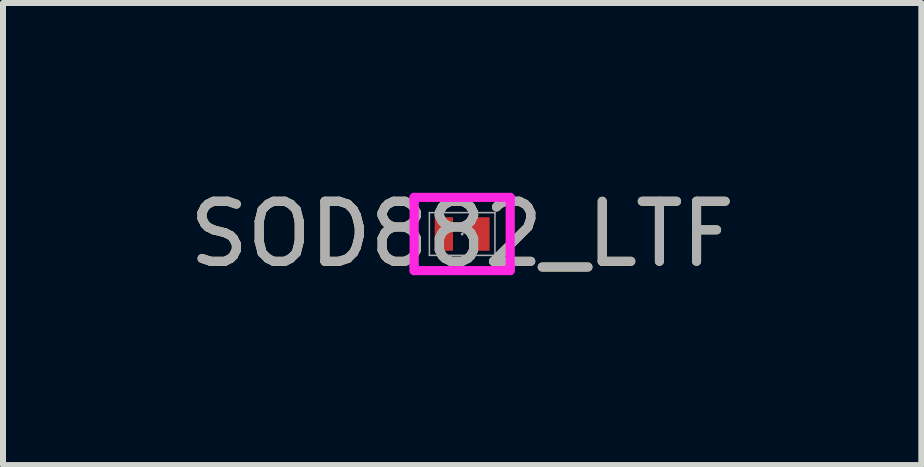
<source format=kicad_pcb>
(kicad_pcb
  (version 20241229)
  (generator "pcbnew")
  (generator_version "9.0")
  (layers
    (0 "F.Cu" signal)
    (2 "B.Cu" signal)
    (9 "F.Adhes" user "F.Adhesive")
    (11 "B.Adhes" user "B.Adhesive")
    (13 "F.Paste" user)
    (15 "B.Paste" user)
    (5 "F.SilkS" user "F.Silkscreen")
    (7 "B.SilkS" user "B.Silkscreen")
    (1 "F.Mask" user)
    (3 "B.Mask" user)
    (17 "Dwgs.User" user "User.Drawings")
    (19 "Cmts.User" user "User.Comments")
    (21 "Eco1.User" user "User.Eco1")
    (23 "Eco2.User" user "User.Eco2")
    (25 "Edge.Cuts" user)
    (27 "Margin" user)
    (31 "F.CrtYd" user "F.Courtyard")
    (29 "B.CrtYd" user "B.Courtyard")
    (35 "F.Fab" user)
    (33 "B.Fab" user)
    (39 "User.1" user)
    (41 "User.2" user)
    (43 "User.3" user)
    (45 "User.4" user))
  (footprint "SOD882_LTF"
    (layer "F.Cu")
    (at 4.649 0.848)
    (property "Reference" "SOD882_LTF" (at 0 0 0) (unlocked yes) (layer "F.SilkS") (effects (font (size 1 1) (thickness 0.15))))
    (attr smd)
    (fp_line (start -0.8 -0.61) (end 0.8 -0.61) (stroke (width 0.152) (type solid)) (layer "F.CrtYd"))
    (fp_line (start -0.8 -0.533) (end -0.8 -0.61) (stroke (width 0.152) (type solid)) (layer "F.CrtYd"))
    (fp_line (start -0.8 -0.533) (end -0.8 -0.533) (stroke (width 0.152) (type solid)) (layer "F.CrtYd"))
    (fp_line (start -0.8 0.533) (end -0.8 -0.533) (stroke (width 0.152) (type solid)) (layer "F.CrtYd"))
    (fp_line (start -0.8 0.533) (end -0.8 0.533) (stroke (width 0.152) (type solid)) (layer "F.CrtYd"))
    (fp_line (start -0.8 0.61) (end -0.8 0.533) (stroke (width 0.152) (type solid)) (layer "F.CrtYd"))
    (fp_line (start 0.8 -0.61) (end 0.8 -0.533) (stroke (width 0.152) (type solid)) (layer "F.CrtYd"))
    (fp_line (start 0.8 -0.533) (end 0.8 -0.533) (stroke (width 0.152) (type solid)) (layer "F.CrtYd"))
    (fp_line (start 0.8 -0.533) (end 0.8 0.533) (stroke (width 0.152) (type solid)) (layer "F.CrtYd"))
    (fp_line (start 0.8 0.533) (end 0.8 0.533) (stroke (width 0.152) (type solid)) (layer "F.CrtYd"))
    (fp_line (start 0.8 0.533) (end 0.8 0.61) (stroke (width 0.152) (type solid)) (layer "F.CrtYd"))
    (fp_line (start 0.8 0.61) (end -0.8 0.61) (stroke (width 0.152) (type solid)) (layer "F.CrtYd"))
    (fp_line (start -0.546 -0.356) (end -0.546 0.356) (stroke (width 0.025) (type solid)) (layer "F.Fab"))
    (fp_line (start -0.546 0.356) (end 0.546 0.356) (stroke (width 0.025) (type solid)) (layer "F.Fab"))
    (fp_line (start 0.546 -0.356) (end -0.546 -0.356) (stroke (width 0.025) (type solid)) (layer "F.Fab"))
    (fp_line (start 0.546 0.356) (end 0.546 -0.356) (stroke (width 0.025) (type solid)) (layer "F.Fab"))
    (fp_circle (center 0 0) (end 0 0) (stroke (width 0.025) (type solid)) (fill no) (layer "F.Fab"))
    (fp_text user "${REFERENCE}" (at 0 0 0) (unlocked yes) (layer "F.Fab") (effects (font (size 1 1) (thickness 0.15))))
    (pad "1" smd rect (at -0.305 0) (size 0.305 0.559) (layers "F.Cu" "F.Mask" "F.Paste"))
    (pad "2" smd rect (at 0.305 0) (size 0.305 0.559) (layers "F.Cu" "F.Mask" "F.Paste")))
  (gr_rect
    (start -3 -3)
    (end 12.298 4.697)
    (stroke (width 0.1) (type default))
    (fill no)
    (layer "Edge.Cuts")))
</source>
